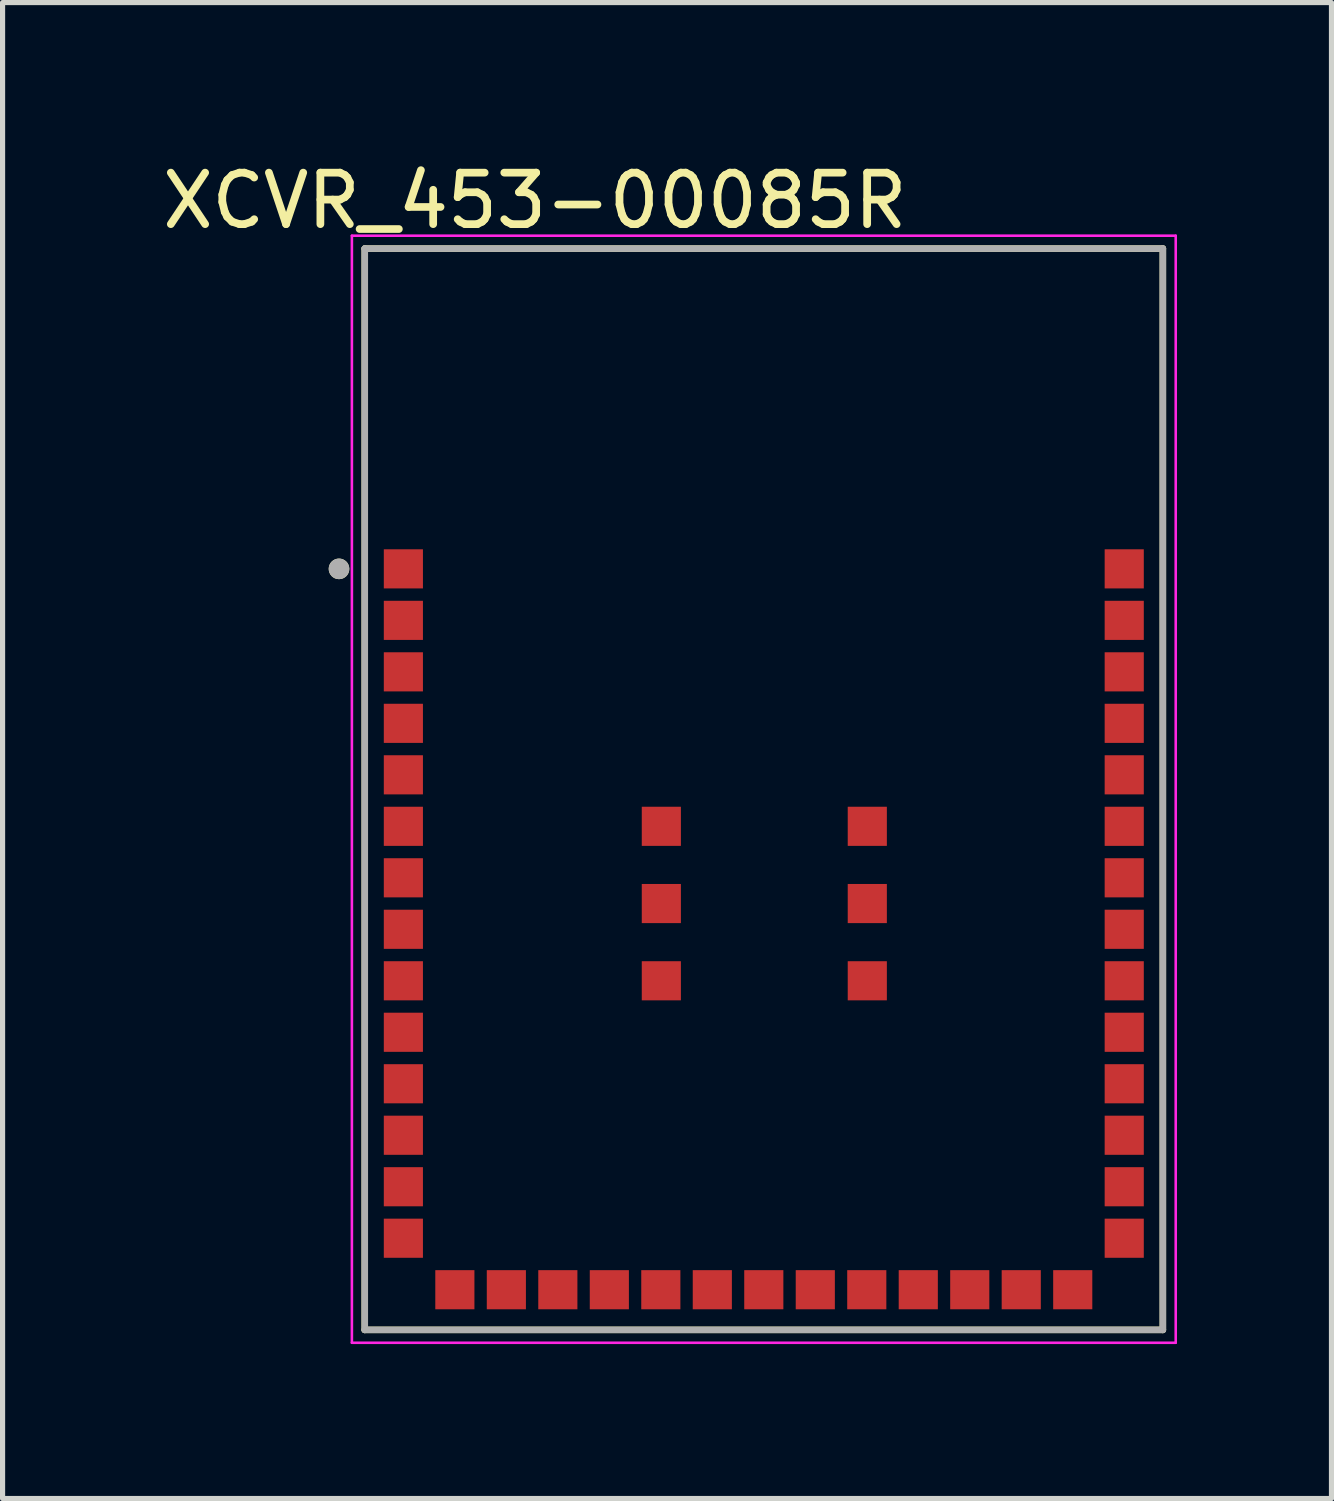
<source format=kicad_pcb>
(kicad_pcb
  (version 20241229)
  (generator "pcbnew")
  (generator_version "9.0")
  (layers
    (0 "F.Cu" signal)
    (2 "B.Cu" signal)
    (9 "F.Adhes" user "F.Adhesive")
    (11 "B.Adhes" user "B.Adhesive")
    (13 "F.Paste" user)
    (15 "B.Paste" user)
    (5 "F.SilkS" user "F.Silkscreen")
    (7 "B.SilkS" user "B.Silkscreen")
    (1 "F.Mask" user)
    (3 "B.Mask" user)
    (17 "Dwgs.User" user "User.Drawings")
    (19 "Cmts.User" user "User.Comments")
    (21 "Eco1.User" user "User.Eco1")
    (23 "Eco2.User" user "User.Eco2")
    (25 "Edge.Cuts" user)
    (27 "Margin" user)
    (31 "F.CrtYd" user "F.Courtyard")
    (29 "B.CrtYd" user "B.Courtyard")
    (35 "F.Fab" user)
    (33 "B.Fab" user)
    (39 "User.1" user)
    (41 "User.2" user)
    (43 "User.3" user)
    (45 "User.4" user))
  (footprint "XCVR_453-00085R"
    (layer "F.Cu")
    (at 11.784 12.278)
    (property "Reference" "XCVR_453-00085R" (at -4.445 -11.43 0) (layer "F.SilkS") (effects (font (size 1 1) (thickness 0.15))))
    (attr smd)
    (fp_line (start -7.75 -10.5) (end 7.75 -10.5) (stroke (width 0.127) (type solid)) (layer "F.SilkS"))
    (fp_line (start -7.75 10.5) (end -7.75 -10.5) (stroke (width 0.127) (type solid)) (layer "F.SilkS"))
    (fp_line (start 7.75 -10.5) (end 7.75 10.5) (stroke (width 0.127) (type solid)) (layer "F.SilkS"))
    (fp_line (start 7.75 10.5) (end -7.75 10.5) (stroke (width 0.127) (type solid)) (layer "F.SilkS"))
    (fp_circle (center -8.25 -4.28) (end -8.15 -4.28) (stroke (width 0.2) (type solid)) (fill no) (layer "F.SilkS"))
    (fp_line (start -8 -10.75) (end 8 -10.75) (stroke (width 0.05) (type solid)) (layer "F.CrtYd"))
    (fp_line (start -8 10.75) (end -8 -10.75) (stroke (width 0.05) (type solid)) (layer "F.CrtYd"))
    (fp_line (start 8 -10.75) (end 8 10.75) (stroke (width 0.05) (type solid)) (layer "F.CrtYd"))
    (fp_line (start 8 10.75) (end -8 10.75) (stroke (width 0.05) (type solid)) (layer "F.CrtYd"))
    (fp_line (start -7.75 -10.5) (end 7.75 -10.5) (stroke (width 0.127) (type solid)) (layer "F.Fab"))
    (fp_line (start -7.75 10.5) (end -7.75 -10.5) (stroke (width 0.127) (type solid)) (layer "F.Fab"))
    (fp_line (start 7.75 -10.5) (end 7.75 10.5) (stroke (width 0.127) (type solid)) (layer "F.Fab"))
    (fp_line (start 7.75 10.5) (end -7.75 10.5) (stroke (width 0.127) (type solid)) (layer "F.Fab"))
    (fp_circle (center -8.25 -4.28) (end -8.15 -4.28) (stroke (width 0.2) (type solid)) (fill no) (layer "F.Fab"))
    (pad "1" smd rect (at -7 -4.28) (size 0.76 0.76) (layers "F.Cu" "F.Mask" "F.Paste"))
    (pad "2" smd rect (at -7 -3.28) (size 0.76 0.76) (layers "F.Cu" "F.Mask" "F.Paste"))
    (pad "3" smd rect (at -7 -2.28) (size 0.76 0.76) (layers "F.Cu" "F.Mask" "F.Paste"))
    (pad "4" smd rect (at -7 -1.28) (size 0.76 0.76) (layers "F.Cu" "F.Mask" "F.Paste"))
    (pad "5" smd rect (at -7 -0.28) (size 0.76 0.76) (layers "F.Cu" "F.Mask" "F.Paste"))
    (pad "6" smd rect (at -7 0.72) (size 0.76 0.76) (layers "F.Cu" "F.Mask" "F.Paste"))
    (pad "7" smd rect (at -7 1.72) (size 0.76 0.76) (layers "F.Cu" "F.Mask" "F.Paste"))
    (pad "8" smd rect (at -7 2.72) (size 0.76 0.76) (layers "F.Cu" "F.Mask" "F.Paste"))
    (pad "9" smd rect (at -7 3.72) (size 0.76 0.76) (layers "F.Cu" "F.Mask" "F.Paste"))
    (pad "10" smd rect (at -7 4.72) (size 0.76 0.76) (layers "F.Cu" "F.Mask" "F.Paste"))
    (pad "11" smd rect (at -7 5.72) (size 0.76 0.76) (layers "F.Cu" "F.Mask" "F.Paste"))
    (pad "12" smd rect (at -7 6.72) (size 0.76 0.76) (layers "F.Cu" "F.Mask" "F.Paste"))
    (pad "13" smd rect (at -7 7.72) (size 0.76 0.76) (layers "F.Cu" "F.Mask" "F.Paste"))
    (pad "14" smd rect (at -7 8.72) (size 0.76 0.76) (layers "F.Cu" "F.Mask" "F.Paste"))
    (pad "15" smd rect (at -6 9.72) (size 0.76 0.76) (layers "F.Cu" "F.Mask" "F.Paste"))
    (pad "16" smd rect (at -5 9.72) (size 0.76 0.76) (layers "F.Cu" "F.Mask" "F.Paste"))
    (pad "17" smd rect (at -4 9.72) (size 0.76 0.76) (layers "F.Cu" "F.Mask" "F.Paste"))
    (pad "18" smd rect (at -3 9.72) (size 0.76 0.76) (layers "F.Cu" "F.Mask" "F.Paste"))
    (pad "19" smd rect (at -2 9.72) (size 0.76 0.76) (layers "F.Cu" "F.Mask" "F.Paste"))
    (pad "20" smd rect (at -1 9.72) (size 0.76 0.76) (layers "F.Cu" "F.Mask" "F.Paste"))
    (pad "21" smd rect (at 0 9.72) (size 0.76 0.76) (layers "F.Cu" "F.Mask" "F.Paste"))
    (pad "22" smd rect (at 1 9.72) (size 0.76 0.76) (layers "F.Cu" "F.Mask" "F.Paste"))
    (pad "23" smd rect (at 2 9.72) (size 0.76 0.76) (layers "F.Cu" "F.Mask" "F.Paste"))
    (pad "24" smd rect (at 3 9.72) (size 0.76 0.76) (layers "F.Cu" "F.Mask" "F.Paste"))
    (pad "25" smd rect (at 4 9.72) (size 0.76 0.76) (layers "F.Cu" "F.Mask" "F.Paste"))
    (pad "26" smd rect (at 5 9.72) (size 0.76 0.76) (layers "F.Cu" "F.Mask" "F.Paste"))
    (pad "27" smd rect (at 6 9.72) (size 0.76 0.76) (layers "F.Cu" "F.Mask" "F.Paste"))
    (pad "28" smd rect (at 7 8.72) (size 0.76 0.76) (layers "F.Cu" "F.Mask" "F.Paste"))
    (pad "29" smd rect (at 7 7.72) (size 0.76 0.76) (layers "F.Cu" "F.Mask" "F.Paste"))
    (pad "30" smd rect (at 7 6.72) (size 0.76 0.76) (layers "F.Cu" "F.Mask" "F.Paste"))
    (pad "31" smd rect (at 7 5.72) (size 0.76 0.76) (layers "F.Cu" "F.Mask" "F.Paste"))
    (pad "32" smd rect (at 7 4.72) (size 0.76 0.76) (layers "F.Cu" "F.Mask" "F.Paste"))
    (pad "33" smd rect (at 7 3.72) (size 0.76 0.76) (layers "F.Cu" "F.Mask" "F.Paste"))
    (pad "34" smd rect (at 7 2.72) (size 0.76 0.76) (layers "F.Cu" "F.Mask" "F.Paste"))
    (pad "35" smd rect (at 7 1.72) (size 0.76 0.76) (layers "F.Cu" "F.Mask" "F.Paste"))
    (pad "36" smd rect (at 7 0.72) (size 0.76 0.76) (layers "F.Cu" "F.Mask" "F.Paste"))
    (pad "37" smd rect (at 7 -0.28) (size 0.76 0.76) (layers "F.Cu" "F.Mask" "F.Paste"))
    (pad "38" smd rect (at 7 -1.28) (size 0.76 0.76) (layers "F.Cu" "F.Mask" "F.Paste"))
    (pad "39" smd rect (at 7 -2.28) (size 0.76 0.76) (layers "F.Cu" "F.Mask" "F.Paste"))
    (pad "40" smd rect (at 7 -3.28) (size 0.76 0.76) (layers "F.Cu" "F.Mask" "F.Paste"))
    (pad "41" smd rect (at 7 -4.28) (size 0.76 0.76) (layers "F.Cu" "F.Mask" "F.Paste"))
    (pad "42" smd rect (at -1.99 0.72) (size 0.76 0.76) (layers "F.Cu" "F.Mask" "F.Paste"))
    (pad "43" smd rect (at -1.99 2.22) (size 0.76 0.76) (layers "F.Cu" "F.Mask" "F.Paste"))
    (pad "44" smd rect (at -1.99 3.72) (size 0.76 0.76) (layers "F.Cu" "F.Mask" "F.Paste"))
    (pad "45" smd rect (at 2.01 3.72) (size 0.76 0.76) (layers "F.Cu" "F.Mask" "F.Paste"))
    (pad "46" smd rect (at 2.01 2.22) (size 0.76 0.76) (layers "F.Cu" "F.Mask" "F.Paste"))
    (pad "47" smd rect (at 2.01 0.72) (size 0.76 0.76) (layers "F.Cu" "F.Mask" "F.Paste")))
  (gr_rect
    (start -3 -3)
    (end 22.809 26.053)
    (stroke (width 0.1) (type default))
    (fill no)
    (layer "Edge.Cuts")))
</source>
